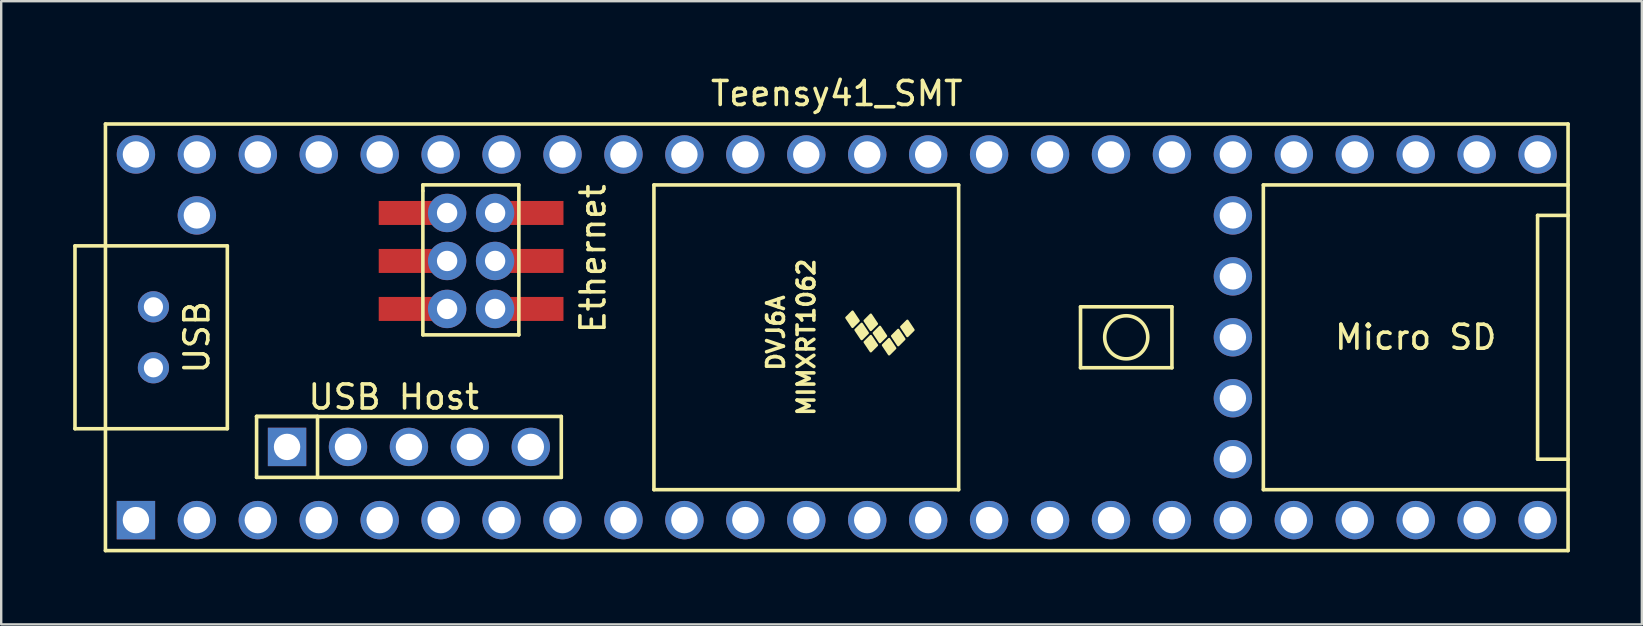
<source format=kicad_pcb>
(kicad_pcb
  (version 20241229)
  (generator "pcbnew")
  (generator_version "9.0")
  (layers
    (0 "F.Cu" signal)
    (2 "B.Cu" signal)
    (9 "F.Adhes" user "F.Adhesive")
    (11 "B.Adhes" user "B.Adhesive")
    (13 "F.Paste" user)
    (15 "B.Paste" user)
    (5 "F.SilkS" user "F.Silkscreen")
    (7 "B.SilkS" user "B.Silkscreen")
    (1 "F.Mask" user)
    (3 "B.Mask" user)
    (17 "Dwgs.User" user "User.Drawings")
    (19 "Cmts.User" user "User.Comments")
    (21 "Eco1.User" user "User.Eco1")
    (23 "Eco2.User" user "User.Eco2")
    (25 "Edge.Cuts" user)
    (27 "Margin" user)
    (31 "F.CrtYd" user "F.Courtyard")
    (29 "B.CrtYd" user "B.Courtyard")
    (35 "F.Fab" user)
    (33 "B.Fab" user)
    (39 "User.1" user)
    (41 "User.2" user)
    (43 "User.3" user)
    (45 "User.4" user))
  (footprint "Teensy41_SMT"
    (layer "F.Cu")
    (at 31.825 11.008)
    (property "Reference" "Teensy41_SMT" (at 0 -10.16 0) (layer "F.SilkS") (effects (font (size 1 1) (thickness 0.15))))
    (attr through_hole)
    (fp_line (start -31.75 -3.81) (end -30.48 -3.81) (stroke (width 0.15) (type solid)) (layer "F.SilkS"))
    (fp_line (start -31.75 3.81) (end -31.75 -3.81) (stroke (width 0.15) (type solid)) (layer "F.SilkS"))
    (fp_line (start -30.48 -8.89) (end 30.48 -8.89) (stroke (width 0.15) (type solid)) (layer "F.SilkS"))
    (fp_line (start -30.48 3.81) (end -31.75 3.81) (stroke (width 0.15) (type solid)) (layer "F.SilkS"))
    (fp_line (start -30.48 8.89) (end -30.48 -8.89) (stroke (width 0.15) (type solid)) (layer "F.SilkS"))
    (fp_line (start -25.4 -3.81) (end -30.48 -3.81) (stroke (width 0.15) (type solid)) (layer "F.SilkS"))
    (fp_line (start -25.4 3.81) (end -30.48 3.81) (stroke (width 0.15) (type solid)) (layer "F.SilkS"))
    (fp_line (start -25.4 3.81) (end -25.4 -3.81) (stroke (width 0.15) (type solid)) (layer "F.SilkS"))
    (fp_line (start -24.181 3.299) (end -21.641 3.299) (stroke (width 0.15) (type solid)) (layer "F.SilkS"))
    (fp_line (start -24.181 3.299) (end -11.481 3.299) (stroke (width 0.15) (type solid)) (layer "F.SilkS"))
    (fp_line (start -24.181 5.839) (end -24.181 3.299) (stroke (width 0.15) (type solid)) (layer "F.SilkS"))
    (fp_line (start -21.641 3.299) (end -21.641 5.839) (stroke (width 0.15) (type solid)) (layer "F.SilkS"))
    (fp_line (start -17.25 -6.352) (end -17.25 -6.102) (stroke (width 0.15) (type solid)) (layer "F.SilkS"))
    (fp_line (start -17.25 -6.102) (end -17.25 -0.102) (stroke (width 0.15) (type solid)) (layer "F.SilkS"))
    (fp_line (start -17.25 -0.102) (end -13.25 -0.102) (stroke (width 0.15) (type solid)) (layer "F.SilkS"))
    (fp_line (start -13.25 -6.352) (end -17.25 -6.352) (stroke (width 0.15) (type solid)) (layer "F.SilkS"))
    (fp_line (start -13.25 -0.102) (end -13.25 -6.352) (stroke (width 0.15) (type solid)) (layer "F.SilkS"))
    (fp_line (start -11.481 3.299) (end -11.481 5.839) (stroke (width 0.15) (type solid)) (layer "F.SilkS"))
    (fp_line (start -11.481 5.839) (end -24.181 5.839) (stroke (width 0.15) (type solid)) (layer "F.SilkS"))
    (fp_line (start -7.62 -6.35) (end -7.62 6.35) (stroke (width 0.15) (type solid)) (layer "F.SilkS"))
    (fp_line (start -7.62 6.35) (end 5.08 6.35) (stroke (width 0.15) (type solid)) (layer "F.SilkS"))
    (fp_line (start 5.08 -6.35) (end -7.62 -6.35) (stroke (width 0.15) (type solid)) (layer "F.SilkS"))
    (fp_line (start 5.08 6.35) (end 5.08 -6.35) (stroke (width 0.15) (type solid)) (layer "F.SilkS"))
    (fp_line (start 10.16 -1.27) (end 13.97 -1.27) (stroke (width 0.15) (type solid)) (layer "F.SilkS"))
    (fp_line (start 10.16 1.27) (end 10.16 -1.27) (stroke (width 0.15) (type solid)) (layer "F.SilkS"))
    (fp_line (start 13.97 -1.27) (end 13.97 1.27) (stroke (width 0.15) (type solid)) (layer "F.SilkS"))
    (fp_line (start 13.97 1.27) (end 10.16 1.27) (stroke (width 0.15) (type solid)) (layer "F.SilkS"))
    (fp_line (start 17.78 -6.35) (end 17.78 6.35) (stroke (width 0.15) (type solid)) (layer "F.SilkS"))
    (fp_line (start 17.78 6.35) (end 30.48 6.35) (stroke (width 0.15) (type solid)) (layer "F.SilkS"))
    (fp_line (start 29.21 -5.08) (end 29.21 5.08) (stroke (width 0.15) (type solid)) (layer "F.SilkS"))
    (fp_line (start 29.21 5.08) (end 30.48 5.08) (stroke (width 0.15) (type solid)) (layer "F.SilkS"))
    (fp_line (start 30.48 -8.89) (end 30.48 8.89) (stroke (width 0.15) (type solid)) (layer "F.SilkS"))
    (fp_line (start 30.48 -6.35) (end 17.78 -6.35) (stroke (width 0.15) (type solid)) (layer "F.SilkS"))
    (fp_line (start 30.48 -5.08) (end 29.21 -5.08) (stroke (width 0.15) (type solid)) (layer "F.SilkS"))
    (fp_line (start 30.48 8.89) (end -30.48 8.89) (stroke (width 0.15) (type solid)) (layer "F.SilkS"))
    (fp_circle (center 12.065 0) (end 12.7 -0.635) (stroke (width 0.15) (type solid)) (fill no) (layer "F.SilkS"))
    (fp_poly (pts (xy 0.911 -0.688) (xy 0.657 -0.434) (xy 0.403 -0.815) (xy 0.657 -1.069)) (stroke (width 0.1) (type solid)) (fill yes) (layer "F.SilkS"))
    (fp_poly (pts (xy 1.292 -0.18) (xy 1.038 0.074) (xy 0.784 -0.307) (xy 1.038 -0.561)) (stroke (width 0.1) (type solid)) (fill yes) (layer "F.SilkS"))
    (fp_poly (pts (xy 1.673 -0.561) (xy 1.419 -0.307) (xy 1.165 -0.688) (xy 1.419 -0.942)) (stroke (width 0.1) (type solid)) (fill yes) (layer "F.SilkS"))
    (fp_poly (pts (xy 1.673 0.328) (xy 1.419 0.582) (xy 1.165 0.201) (xy 1.419 -0.053)) (stroke (width 0.1) (type solid)) (fill yes) (layer "F.SilkS"))
    (fp_poly (pts (xy 2.054 -0.053) (xy 1.8 0.201) (xy 1.546 -0.18) (xy 1.8 -0.434)) (stroke (width 0.1) (type solid)) (fill yes) (layer "F.SilkS"))
    (fp_poly (pts (xy 2.435 0.455) (xy 2.181 0.709) (xy 1.927 0.328) (xy 2.181 0.074)) (stroke (width 0.1) (type solid)) (fill yes) (layer "F.SilkS"))
    (fp_poly (pts (xy 2.816 0.074) (xy 2.562 0.328) (xy 2.308 -0.053) (xy 2.562 -0.307)) (stroke (width 0.1) (type solid)) (fill yes) (layer "F.SilkS"))
    (fp_poly (pts (xy 3.197 -0.307) (xy 2.943 -0.053) (xy 2.689 -0.434) (xy 2.943 -0.688)) (stroke (width 0.1) (type solid)) (fill yes) (layer "F.SilkS"))
    (fp_text user "MIMXRT1062" (at -1.27 0 270) (layer "F.SilkS") (effects (font (size 0.7 0.7) (thickness 0.15))))
    (fp_text user "USB Host" (at -18.466 2.489 0) (layer "F.SilkS") (effects (font (size 1 1) (thickness 0.15))))
    (fp_text user "USB" (at -26.67 0 270) (layer "F.SilkS") (effects (font (size 1 1) (thickness 0.15))))
    (fp_text user "DVJ6A" (at -2.54 -0.18 270) (layer "F.SilkS") (effects (font (size 0.7 0.7) (thickness 0.15))))
    (fp_text user "Micro SD" (at 24.13 0 0) (layer "F.SilkS") (effects (font (size 1 1) (thickness 0.15))))
    (fp_text user "Ethernet" (at -10.16 -3.277 90) (layer "F.SilkS") (effects (font (size 1 1) (thickness 0.15))))
    (pad "1" thru_hole rect (at -29.21 7.62) (size 1.6 1.6) (drill 1.1) (layers "*.Cu" "*.Mask"))
    (pad "2" thru_hole circle (at -26.67 7.62) (size 1.6 1.6) (drill 1.1) (layers "*.Cu" "*.Mask"))
    (pad "3" thru_hole circle (at -24.13 7.62) (size 1.6 1.6) (drill 1.1) (layers "*.Cu" "*.Mask"))
    (pad "4" thru_hole circle (at -21.59 7.62) (size 1.6 1.6) (drill 1.1) (layers "*.Cu" "*.Mask"))
    (pad "5" thru_hole circle (at -19.05 7.62) (size 1.6 1.6) (drill 1.1) (layers "*.Cu" "*.Mask"))
    (pad "6" thru_hole circle (at -16.51 7.62) (size 1.6 1.6) (drill 1.1) (layers "*.Cu" "*.Mask"))
    (pad "7" thru_hole circle (at -13.97 7.62) (size 1.6 1.6) (drill 1.1) (layers "*.Cu" "*.Mask"))
    (pad "8" thru_hole circle (at -11.43 7.62) (size 1.6 1.6) (drill 1.1) (layers "*.Cu" "*.Mask"))
    (pad "9" thru_hole circle (at -8.89 7.62) (size 1.6 1.6) (drill 1.1) (layers "*.Cu" "*.Mask"))
    (pad "10" thru_hole circle (at -6.35 7.62) (size 1.6 1.6) (drill 1.1) (layers "*.Cu" "*.Mask"))
    (pad "11" thru_hole circle (at -3.81 7.62) (size 1.6 1.6) (drill 1.1) (layers "*.Cu" "*.Mask"))
    (pad "12" thru_hole circle (at -1.27 7.62) (size 1.6 1.6) (drill 1.1) (layers "*.Cu" "*.Mask"))
    (pad "13" thru_hole circle (at 1.27 7.62) (size 1.6 1.6) (drill 1.1) (layers "*.Cu" "*.Mask"))
    (pad "14" thru_hole circle (at 3.81 7.62) (size 1.6 1.6) (drill 1.1) (layers "*.Cu" "*.Mask"))
    (pad "15" thru_hole circle (at 6.35 7.62) (size 1.6 1.6) (drill 1.1) (layers "*.Cu" "*.Mask"))
    (pad "16" thru_hole circle (at 8.89 7.62) (size 1.6 1.6) (drill 1.1) (layers "*.Cu" "*.Mask"))
    (pad "17" thru_hole circle (at 11.43 7.62) (size 1.6 1.6) (drill 1.1) (layers "*.Cu" "*.Mask"))
    (pad "18" thru_hole circle (at 13.97 7.62) (size 1.6 1.6) (drill 1.1) (layers "*.Cu" "*.Mask"))
    (pad "19" thru_hole circle (at 16.51 7.62) (size 1.6 1.6) (drill 1.1) (layers "*.Cu" "*.Mask"))
    (pad "20" thru_hole circle (at 19.05 7.62) (size 1.6 1.6) (drill 1.1) (layers "*.Cu" "*.Mask"))
    (pad "21" thru_hole circle (at 21.59 7.62) (size 1.6 1.6) (drill 1.1) (layers "*.Cu" "*.Mask"))
    (pad "22" thru_hole circle (at 24.13 7.62) (size 1.6 1.6) (drill 1.1) (layers "*.Cu" "*.Mask"))
    (pad "23" thru_hole circle (at 26.67 7.62) (size 1.6 1.6) (drill 1.1) (layers "*.Cu" "*.Mask"))
    (pad "24" thru_hole circle (at 29.21 7.62) (size 1.6 1.6) (drill 1.1) (layers "*.Cu" "*.Mask"))
    (pad "25" thru_hole circle (at 29.21 -7.62) (size 1.6 1.6) (drill 1.1) (layers "*.Cu" "*.Mask"))
    (pad "26" thru_hole circle (at 26.67 -7.62) (size 1.6 1.6) (drill 1.1) (layers "*.Cu" "*.Mask"))
    (pad "27" thru_hole circle (at 24.13 -7.62) (size 1.6 1.6) (drill 1.1) (layers "*.Cu" "*.Mask"))
    (pad "28" thru_hole circle (at 21.59 -7.62) (size 1.6 1.6) (drill 1.1) (layers "*.Cu" "*.Mask"))
    (pad "29" thru_hole circle (at 19.05 -7.62) (size 1.6 1.6) (drill 1.1) (layers "*.Cu" "*.Mask"))
    (pad "30" thru_hole circle (at 16.51 -7.62) (size 1.6 1.6) (drill 1.1) (layers "*.Cu" "*.Mask"))
    (pad "31" thru_hole circle (at 13.97 -7.62) (size 1.6 1.6) (drill 1.1) (layers "*.Cu" "*.Mask"))
    (pad "32" thru_hole circle (at 11.43 -7.62) (size 1.6 1.6) (drill 1.1) (layers "*.Cu" "*.Mask"))
    (pad "33" thru_hole circle (at 8.89 -7.62) (size 1.6 1.6) (drill 1.1) (layers "*.Cu" "*.Mask"))
    (pad "34" thru_hole circle (at 6.35 -7.62) (size 1.6 1.6) (drill 1.1) (layers "*.Cu" "*.Mask"))
    (pad "35" thru_hole circle (at 3.81 -7.62) (size 1.6 1.6) (drill 1.1) (layers "*.Cu" "*.Mask"))
    (pad "36" thru_hole circle (at 1.27 -7.62) (size 1.6 1.6) (drill 1.1) (layers "*.Cu" "*.Mask"))
    (pad "37" thru_hole circle (at -1.27 -7.62) (size 1.6 1.6) (drill 1.1) (layers "*.Cu" "*.Mask"))
    (pad "38" thru_hole circle (at -3.81 -7.62) (size 1.6 1.6) (drill 1.1) (layers "*.Cu" "*.Mask"))
    (pad "39" thru_hole circle (at -6.35 -7.62) (size 1.6 1.6) (drill 1.1) (layers "*.Cu" "*.Mask"))
    (pad "40" thru_hole circle (at -8.89 -7.62) (size 1.6 1.6) (drill 1.1) (layers "*.Cu" "*.Mask"))
    (pad "41" thru_hole circle (at -11.43 -7.62) (size 1.6 1.6) (drill 1.1) (layers "*.Cu" "*.Mask"))
    (pad "42" thru_hole circle (at -13.97 -7.62) (size 1.6 1.6) (drill 1.1) (layers "*.Cu" "*.Mask"))
    (pad "43" thru_hole circle (at -16.51 -7.62) (size 1.6 1.6) (drill 1.1) (layers "*.Cu" "*.Mask"))
    (pad "44" thru_hole circle (at -19.05 -7.62) (size 1.6 1.6) (drill 1.1) (layers "*.Cu" "*.Mask"))
    (pad "45" thru_hole circle (at -21.59 -7.62) (size 1.6 1.6) (drill 1.1) (layers "*.Cu" "*.Mask"))
    (pad "46" thru_hole circle (at -24.13 -7.62) (size 1.6 1.6) (drill 1.1) (layers "*.Cu" "*.Mask"))
    (pad "47" thru_hole circle (at -26.67 -7.62) (size 1.6 1.6) (drill 1.1) (layers "*.Cu" "*.Mask"))
    (pad "48" thru_hole circle (at -29.21 -7.62) (size 1.6 1.6) (drill 1.1) (layers "*.Cu" "*.Mask"))
    (pad "49" thru_hole circle (at -26.67 -5.08) (size 1.6 1.6) (drill 1.1) (layers "*.Cu" "*.Mask"))
    (pad "50" thru_hole circle (at 16.51 5.08) (size 1.6 1.6) (drill 1.1) (layers "*.Cu" "*.Mask"))
    (pad "51" thru_hole circle (at 16.51 2.54) (size 1.6 1.6) (drill 1.1) (layers "*.Cu" "*.Mask"))
    (pad "52" thru_hole circle (at 16.51 0) (size 1.6 1.6) (drill 1.1) (layers "*.Cu" "*.Mask"))
    (pad "53" thru_hole circle (at 16.51 -2.54) (size 1.6 1.6) (drill 1.1) (layers "*.Cu" "*.Mask"))
    (pad "54" thru_hole circle (at 16.51 -5.08) (size 1.6 1.6) (drill 1.1) (layers "*.Cu" "*.Mask"))
    (pad "55" thru_hole rect (at -22.911 4.569) (size 1.6 1.6) (drill 1.1) (layers "*.Cu" "*.Mask"))
    (pad "56" thru_hole circle (at -20.371 4.569) (size 1.6 1.6) (drill 1.1) (layers "*.Cu" "*.Mask"))
    (pad "57" thru_hole circle (at -17.831 4.569) (size 1.6 1.6) (drill 1.1) (layers "*.Cu" "*.Mask"))
    (pad "58" thru_hole circle (at -15.291 4.569) (size 1.6 1.6) (drill 1.1) (layers "*.Cu" "*.Mask"))
    (pad "59" thru_hole circle (at -12.751 4.569) (size 1.6 1.6) (drill 1.1) (layers "*.Cu" "*.Mask"))
    (pad "60" smd rect (at -17.915 -5.182) (size 2.35 1) (layers "F.Cu" "F.Mask" "F.Paste"))
    (pad "60" thru_hole circle (at -16.24 -5.182) (size 1.6 1.6) (drill 0.85) (layers "*.Cu" "*.Mask"))
    (pad "61" smd rect (at -17.915 -3.182) (size 2.35 1) (layers "F.Cu" "F.Mask" "F.Paste"))
    (pad "61" thru_hole circle (at -16.24 -3.182) (size 1.6 1.6) (drill 0.85) (layers "*.Cu" "*.Mask"))
    (pad "62" smd rect (at -17.915 -1.182) (size 2.35 1) (layers "F.Cu" "F.Mask" "F.Paste"))
    (pad "62" thru_hole circle (at -16.24 -1.182) (size 1.6 1.6) (drill 0.85) (layers "*.Cu" "*.Mask"))
    (pad "63" thru_hole circle (at -14.24 -1.182) (size 1.6 1.6) (drill 0.85) (layers "*.Cu" "*.Mask"))
    (pad "63" smd rect (at -12.565 -1.182) (size 2.35 1) (layers "F.Cu" "F.Mask" "F.Paste"))
    (pad "64" thru_hole circle (at -14.24 -3.182) (size 1.6 1.6) (drill 0.85) (layers "*.Cu" "*.Mask"))
    (pad "64" smd rect (at -12.565 -3.182) (size 2.35 1) (layers "F.Cu" "F.Mask" "F.Paste"))
    (pad "65" thru_hole circle (at -14.24 -5.182) (size 1.6 1.6) (drill 0.85) (layers "*.Cu" "*.Mask"))
    (pad "65" smd rect (at -12.565 -5.182) (size 2.35 1) (layers "F.Cu" "F.Mask" "F.Paste"))
    (pad "66" thru_hole circle (at -28.48 -1.27) (size 1.3 1.3) (drill 0.8) (layers "*.Cu" "*.Mask"))
    (pad "67" thru_hole circle (at -28.48 1.27) (size 1.3 1.3) (drill 0.8) (layers "*.Cu" "*.Mask")))
  (gr_rect
    (start -3 -3)
    (end 65.38 22.973)
    (stroke (width 0.1) (type default))
    (fill no)
    (layer "Edge.Cuts")))
</source>
